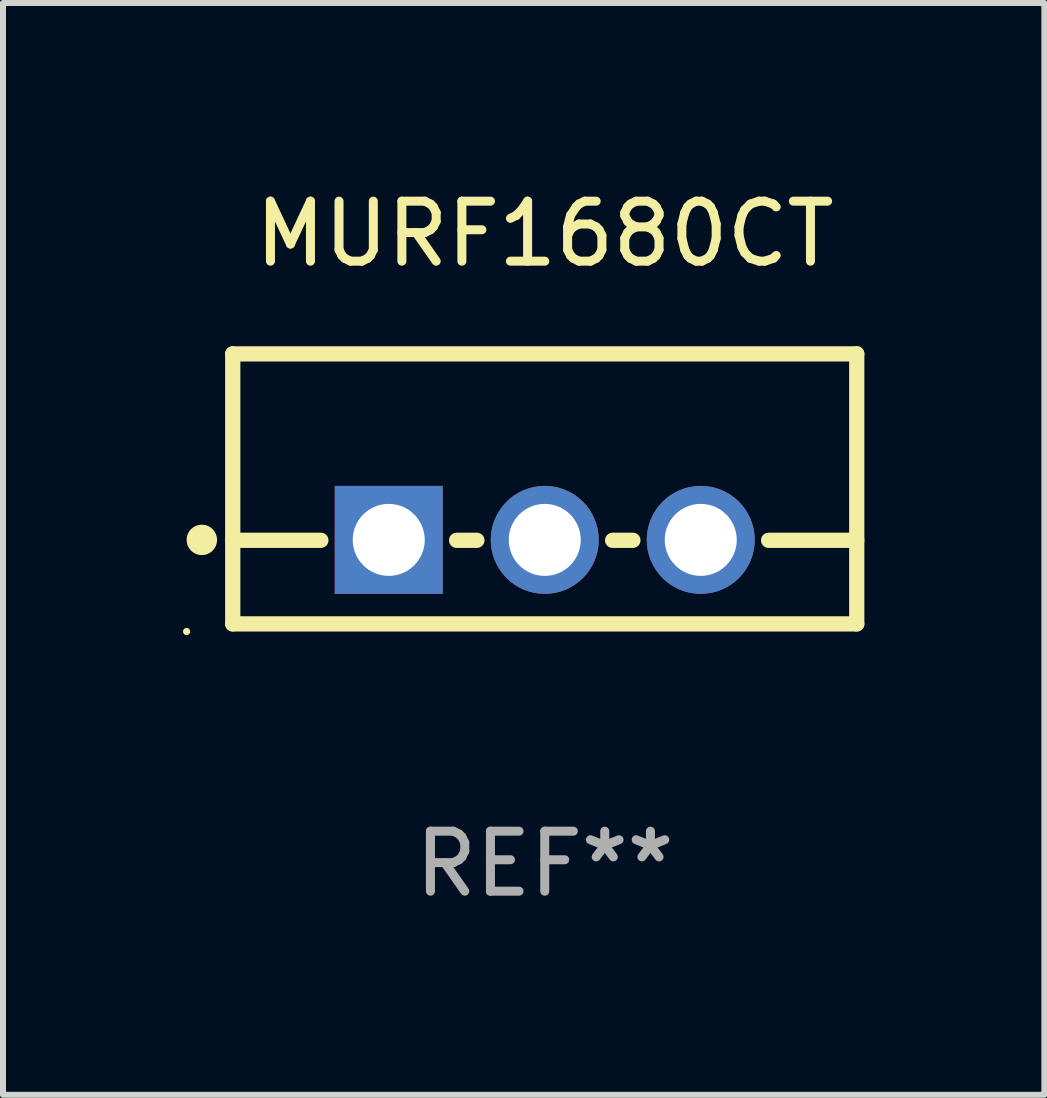
<source format=kicad_pcb>
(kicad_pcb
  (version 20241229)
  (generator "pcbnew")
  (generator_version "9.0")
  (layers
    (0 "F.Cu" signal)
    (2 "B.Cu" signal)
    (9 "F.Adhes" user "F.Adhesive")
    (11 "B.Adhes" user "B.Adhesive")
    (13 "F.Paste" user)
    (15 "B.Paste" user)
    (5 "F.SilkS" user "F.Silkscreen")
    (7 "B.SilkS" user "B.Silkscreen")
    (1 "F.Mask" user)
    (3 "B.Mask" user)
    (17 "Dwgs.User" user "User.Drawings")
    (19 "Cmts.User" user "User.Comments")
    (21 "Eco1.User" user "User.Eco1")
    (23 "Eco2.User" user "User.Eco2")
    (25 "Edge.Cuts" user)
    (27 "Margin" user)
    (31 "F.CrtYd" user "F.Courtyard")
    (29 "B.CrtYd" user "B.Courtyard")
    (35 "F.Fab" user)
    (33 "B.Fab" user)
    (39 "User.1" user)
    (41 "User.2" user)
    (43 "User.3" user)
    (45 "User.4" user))
  (footprint "MURF1680CT"
    (layer "F.Cu")
    (at 6.029 5.098)
    (property "Reference" "MURF1680CT" (at 0 -4.25 0) (layer "F.SilkS") (effects (font (size 1 1) (thickness 0.15))))
    (attr through_hole)
    (fp_line (start -5.2 -2.25) (end -5.2 2.25) (stroke (width 0.254) (type solid)) (layer "F.SilkS"))
    (fp_line (start -5.2 -2.25) (end 5.2 -2.25) (stroke (width 0.254) (type solid)) (layer "F.SilkS"))
    (fp_line (start -5.2 0.857) (end -3.731 0.857) (stroke (width 0.254) (type solid)) (layer "F.SilkS"))
    (fp_line (start -5.2 2.25) (end 5.2 2.25) (stroke (width 0.254) (type solid)) (layer "F.SilkS"))
    (fp_line (start -1.469 0.857) (end -1.131 0.857) (stroke (width 0.254) (type solid)) (layer "F.SilkS"))
    (fp_line (start 1.131 0.857) (end 1.469 0.857) (stroke (width 0.254) (type solid)) (layer "F.SilkS"))
    (fp_line (start 3.731 0.857) (end 5.2 0.857) (stroke (width 0.254) (type solid)) (layer "F.SilkS"))
    (fp_line (start 5.2 -2.25) (end 5.2 2.25) (stroke (width 0.254) (type solid)) (layer "F.SilkS"))
    (fp_circle (center -5.969 2.377) (end -5.939 2.377) (stroke (width 0.06) (type solid)) (fill no) (layer "F.SilkS"))
    (fp_circle (center -5.715 0.85) (end -5.588 0.85) (stroke (width 0.254) (type solid)) (fill no) (layer "F.SilkS"))
    (fp_text user "REF**" (at 0 6.25 0) (layer "F.Fab") (effects (font (size 1 1) (thickness 0.15))))
    (pad "1" thru_hole rect (at -2.6 0.85) (size 1.8 1.8) (drill 1.2) (layers "*.Cu" "*.Mask"))
    (pad "2" thru_hole circle (at 0 0.85) (size 1.8 1.8) (drill 1.2) (layers "*.Cu" "*.Mask"))
    (pad "3" thru_hole circle (at 2.6 0.85) (size 1.8 1.8) (drill 1.2) (layers "*.Cu" "*.Mask")))
  (gr_rect
    (start -3 -3)
    (end 14.356 15.197)
    (stroke (width 0.1) (type default))
    (fill no)
    (layer "Edge.Cuts")))
</source>
